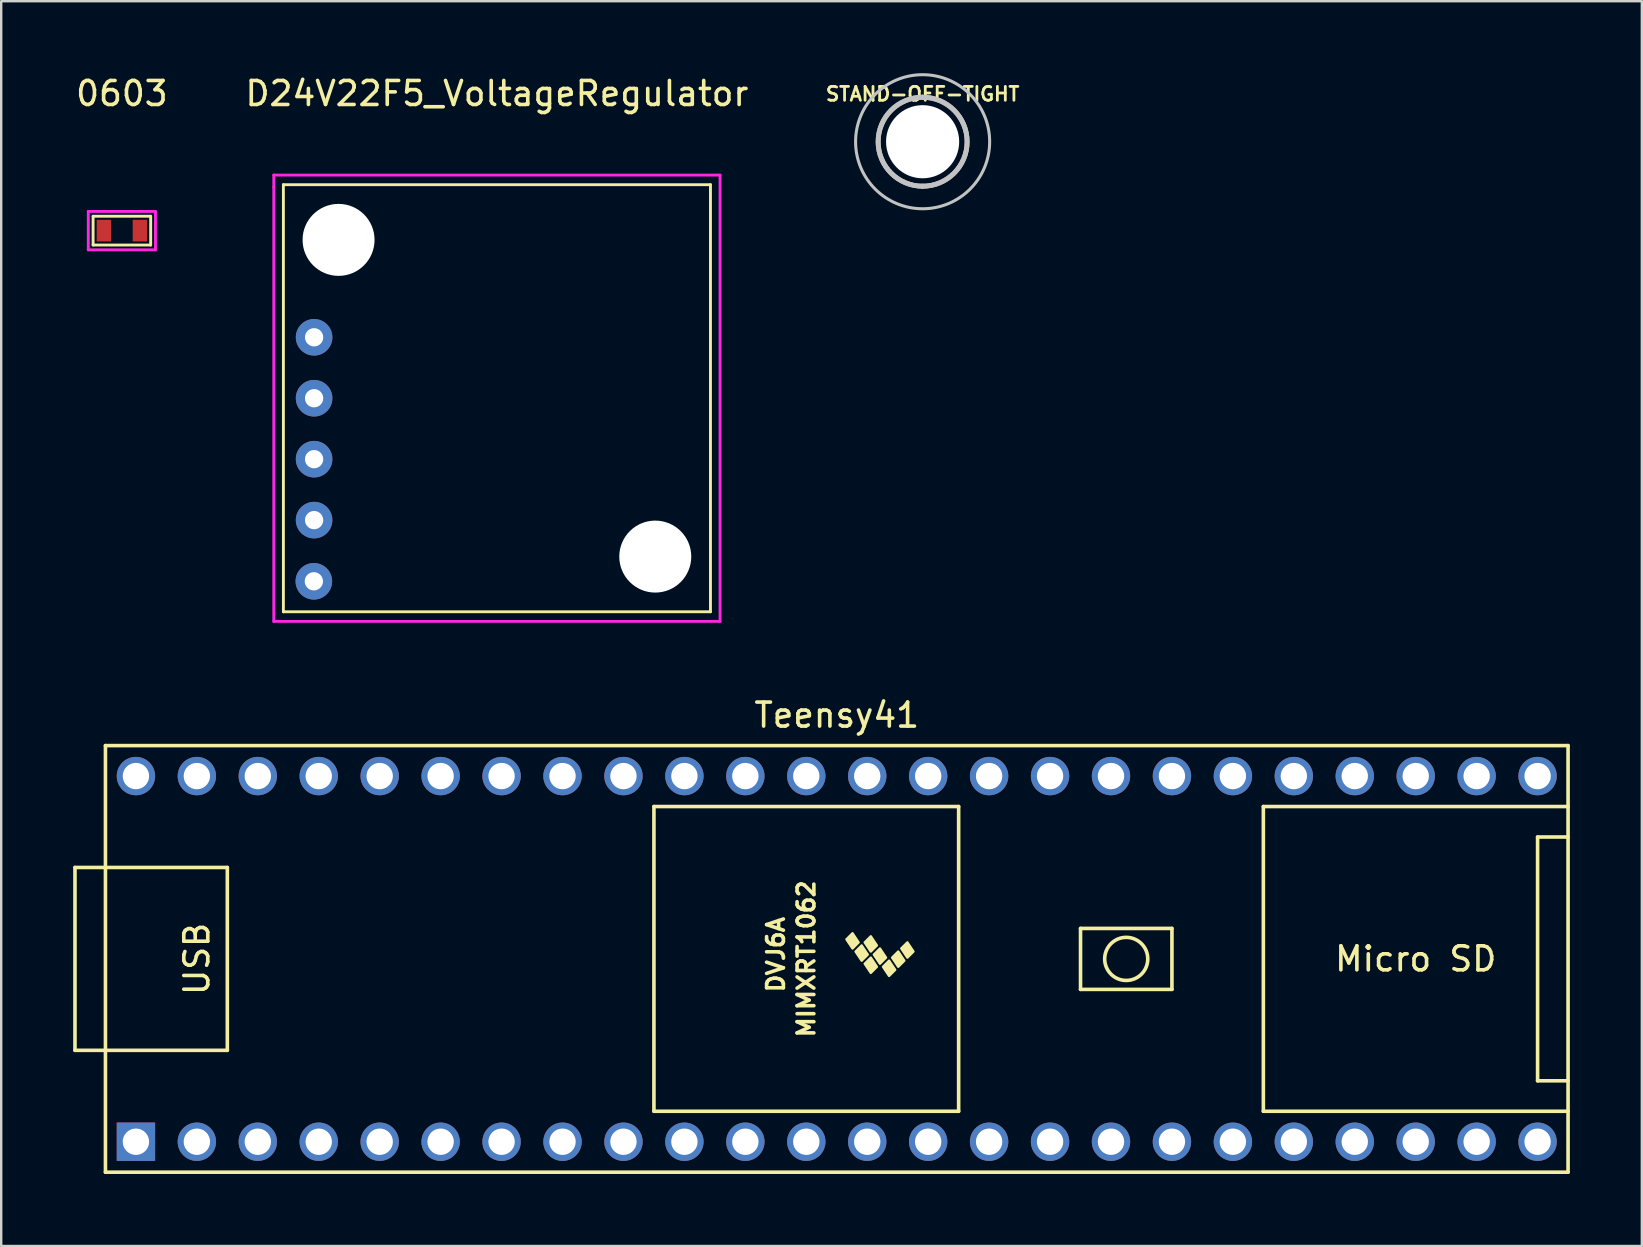
<source format=kicad_pcb>
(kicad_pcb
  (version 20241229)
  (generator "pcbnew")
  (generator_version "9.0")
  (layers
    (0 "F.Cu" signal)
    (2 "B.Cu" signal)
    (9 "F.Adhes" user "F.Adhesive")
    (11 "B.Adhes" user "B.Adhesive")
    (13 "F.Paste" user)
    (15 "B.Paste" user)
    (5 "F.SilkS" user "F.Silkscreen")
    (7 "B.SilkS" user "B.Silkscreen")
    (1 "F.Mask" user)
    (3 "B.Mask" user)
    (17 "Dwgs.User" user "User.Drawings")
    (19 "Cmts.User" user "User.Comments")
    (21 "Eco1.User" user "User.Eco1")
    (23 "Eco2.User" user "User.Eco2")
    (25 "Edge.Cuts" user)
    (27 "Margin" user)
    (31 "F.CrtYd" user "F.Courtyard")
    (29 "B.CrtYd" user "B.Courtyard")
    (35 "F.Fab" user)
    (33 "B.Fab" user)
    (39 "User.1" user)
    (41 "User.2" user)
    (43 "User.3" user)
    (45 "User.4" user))
  (footprint "D24V22F5_VoltageRegulator"
    (layer "F.Cu")
    (at 17.661 13.548)
    (property "Reference" "D24V22F5_VoltageRegulator" (at 0 -12.7 0) (layer "F.SilkS") (effects (font (size 1 1) (thickness 0.15))))
    (attr through_hole)
    (fp_line (start -8.9 8.9) (end -8.9 -8.9) (stroke (width 0.12) (type solid)) (layer "F.SilkS"))
    (fp_line (start 8.9 -8.9) (end -8.9 -8.9) (stroke (width 0.12) (type solid)) (layer "F.SilkS"))
    (fp_line (start 8.9 8.9) (end -8.9 8.9) (stroke (width 0.12) (type solid)) (layer "F.SilkS"))
    (fp_line (start 8.9 8.9) (end 8.9 -8.9) (stroke (width 0.12) (type solid)) (layer "F.SilkS"))
    (fp_line (start -9.3 -9.3) (end -9.3 -8.8) (stroke (width 0.12) (type solid)) (layer "F.CrtYd"))
    (fp_line (start -9.3 -8.8) (end -9.3 9.3) (stroke (width 0.12) (type solid)) (layer "F.CrtYd"))
    (fp_line (start -9.3 9.3) (end 9.3 9.3) (stroke (width 0.12) (type solid)) (layer "F.CrtYd"))
    (fp_line (start 9.3 -9.3) (end -9.3 -9.3) (stroke (width 0.12) (type solid)) (layer "F.CrtYd"))
    (fp_line (start 9.3 9.3) (end 9.3 -9.3) (stroke (width 0.12) (type solid)) (layer "F.CrtYd"))
    (pad "" np_thru_hole circle (at -6.6 -6.6) (size 3 3) (drill 3) (layers "*.Cu" "*.Mask"))
    (pad "" np_thru_hole circle (at 6.6 6.6) (size 3 3) (drill 3) (layers "*.Cu" "*.Mask"))
    (pad "1" thru_hole circle (at -7.62 -2.54 90) (size 1.524 1.524) (drill 0.762) (layers "*.Cu" "*.Mask"))
    (pad "2" thru_hole circle (at -7.62 0) (size 1.524 1.524) (drill 0.762) (layers "*.Cu" "*.Mask"))
    (pad "3" thru_hole circle (at -7.62 2.54) (size 1.524 1.524) (drill 0.762) (layers "*.Cu" "*.Mask"))
    (pad "4" thru_hole circle (at -7.62 5.08 90) (size 1.524 1.524) (drill 0.762) (layers "*.Cu" "*.Mask"))
    (pad "5" thru_hole circle (at -7.63 7.63) (size 1.524 1.524) (drill 0.762) (layers "*.Cu" "*.Mask")))
  (footprint "Teensy41"
    (layer "F.Cu")
    (at 31.825 36.916)
    (property "Reference" "Teensy41" (at 0 -10.16 0) (layer "F.SilkS") (effects (font (size 1 1) (thickness 0.15))))
    (attr through_hole)
    (fp_line (start -31.75 -3.81) (end -30.48 -3.81) (stroke (width 0.15) (type solid)) (layer "F.SilkS"))
    (fp_line (start -31.75 3.81) (end -31.75 -3.81) (stroke (width 0.15) (type solid)) (layer "F.SilkS"))
    (fp_line (start -30.48 -8.89) (end 30.48 -8.89) (stroke (width 0.15) (type solid)) (layer "F.SilkS"))
    (fp_line (start -30.48 3.81) (end -31.75 3.81) (stroke (width 0.15) (type solid)) (layer "F.SilkS"))
    (fp_line (start -30.48 8.89) (end -30.48 -8.89) (stroke (width 0.15) (type solid)) (layer "F.SilkS"))
    (fp_line (start -25.4 -3.81) (end -30.48 -3.81) (stroke (width 0.15) (type solid)) (layer "F.SilkS"))
    (fp_line (start -25.4 3.81) (end -30.48 3.81) (stroke (width 0.15) (type solid)) (layer "F.SilkS"))
    (fp_line (start -25.4 3.81) (end -25.4 -3.81) (stroke (width 0.15) (type solid)) (layer "F.SilkS"))
    (fp_line (start -7.62 -6.35) (end -7.62 6.35) (stroke (width 0.15) (type solid)) (layer "F.SilkS"))
    (fp_line (start -7.62 6.35) (end 5.08 6.35) (stroke (width 0.15) (type solid)) (layer "F.SilkS"))
    (fp_line (start 5.08 -6.35) (end -7.62 -6.35) (stroke (width 0.15) (type solid)) (layer "F.SilkS"))
    (fp_line (start 5.08 6.35) (end 5.08 -6.35) (stroke (width 0.15) (type solid)) (layer "F.SilkS"))
    (fp_line (start 10.16 -1.27) (end 13.97 -1.27) (stroke (width 0.15) (type solid)) (layer "F.SilkS"))
    (fp_line (start 10.16 1.27) (end 10.16 -1.27) (stroke (width 0.15) (type solid)) (layer "F.SilkS"))
    (fp_line (start 13.97 -1.27) (end 13.97 1.27) (stroke (width 0.15) (type solid)) (layer "F.SilkS"))
    (fp_line (start 13.97 1.27) (end 10.16 1.27) (stroke (width 0.15) (type solid)) (layer "F.SilkS"))
    (fp_line (start 17.78 -6.35) (end 17.78 6.35) (stroke (width 0.15) (type solid)) (layer "F.SilkS"))
    (fp_line (start 17.78 6.35) (end 30.48 6.35) (stroke (width 0.15) (type solid)) (layer "F.SilkS"))
    (fp_line (start 29.21 -5.08) (end 29.21 5.08) (stroke (width 0.15) (type solid)) (layer "F.SilkS"))
    (fp_line (start 29.21 5.08) (end 30.48 5.08) (stroke (width 0.15) (type solid)) (layer "F.SilkS"))
    (fp_line (start 30.48 -8.89) (end 30.48 8.89) (stroke (width 0.15) (type solid)) (layer "F.SilkS"))
    (fp_line (start 30.48 -6.35) (end 17.78 -6.35) (stroke (width 0.15) (type solid)) (layer "F.SilkS"))
    (fp_line (start 30.48 -5.08) (end 29.21 -5.08) (stroke (width 0.15) (type solid)) (layer "F.SilkS"))
    (fp_line (start 30.48 8.89) (end -30.48 8.89) (stroke (width 0.15) (type solid)) (layer "F.SilkS"))
    (fp_circle (center 12.065 0) (end 12.7 -0.635) (stroke (width 0.15) (type solid)) (fill no) (layer "F.SilkS"))
    (fp_poly (pts (xy 0.911 -0.688) (xy 0.657 -0.434) (xy 0.403 -0.815) (xy 0.657 -1.069)) (stroke (width 0.1) (type solid)) (fill yes) (layer "F.SilkS"))
    (fp_poly (pts (xy 1.292 -0.18) (xy 1.038 0.074) (xy 0.784 -0.307) (xy 1.038 -0.561)) (stroke (width 0.1) (type solid)) (fill yes) (layer "F.SilkS"))
    (fp_poly (pts (xy 1.673 -0.561) (xy 1.419 -0.307) (xy 1.165 -0.688) (xy 1.419 -0.942)) (stroke (width 0.1) (type solid)) (fill yes) (layer "F.SilkS"))
    (fp_poly (pts (xy 1.673 0.328) (xy 1.419 0.582) (xy 1.165 0.201) (xy 1.419 -0.053)) (stroke (width 0.1) (type solid)) (fill yes) (layer "F.SilkS"))
    (fp_poly (pts (xy 2.054 -0.053) (xy 1.8 0.201) (xy 1.546 -0.18) (xy 1.8 -0.434)) (stroke (width 0.1) (type solid)) (fill yes) (layer "F.SilkS"))
    (fp_poly (pts (xy 2.435 0.455) (xy 2.181 0.709) (xy 1.927 0.328) (xy 2.181 0.074)) (stroke (width 0.1) (type solid)) (fill yes) (layer "F.SilkS"))
    (fp_poly (pts (xy 2.816 0.074) (xy 2.562 0.328) (xy 2.308 -0.053) (xy 2.562 -0.307)) (stroke (width 0.1) (type solid)) (fill yes) (layer "F.SilkS"))
    (fp_poly (pts (xy 3.197 -0.307) (xy 2.943 -0.053) (xy 2.689 -0.434) (xy 2.943 -0.688)) (stroke (width 0.1) (type solid)) (fill yes) (layer "F.SilkS"))
    (fp_text user "Micro SD" (at 24.13 0 0) (layer "F.SilkS") (effects (font (size 1 1) (thickness 0.15))))
    (fp_text user "DVJ6A" (at -2.54 -0.18 270) (layer "F.SilkS") (effects (font (size 0.7 0.7) (thickness 0.15))))
    (fp_text user "MIMXRT1062" (at -1.27 0 270) (layer "F.SilkS") (effects (font (size 0.7 0.7) (thickness 0.15))))
    (fp_text user "USB" (at -26.67 0 270) (layer "F.SilkS") (effects (font (size 1 1) (thickness 0.15))))
    (pad "1" thru_hole rect (at -29.21 7.62) (size 1.6 1.6) (drill 1.1) (layers "*.Cu" "*.Mask"))
    (pad "2" thru_hole circle (at -26.67 7.62) (size 1.6 1.6) (drill 1.1) (layers "*.Cu" "*.Mask"))
    (pad "3" thru_hole circle (at -24.13 7.62) (size 1.6 1.6) (drill 1.1) (layers "*.Cu" "*.Mask"))
    (pad "4" thru_hole circle (at -21.59 7.62) (size 1.6 1.6) (drill 1.1) (layers "*.Cu" "*.Mask"))
    (pad "5" thru_hole circle (at -19.05 7.62) (size 1.6 1.6) (drill 1.1) (layers "*.Cu" "*.Mask"))
    (pad "6" thru_hole circle (at -16.51 7.62) (size 1.6 1.6) (drill 1.1) (layers "*.Cu" "*.Mask"))
    (pad "7" thru_hole circle (at -13.97 7.62) (size 1.6 1.6) (drill 1.1) (layers "*.Cu" "*.Mask"))
    (pad "8" thru_hole circle (at -11.43 7.62) (size 1.6 1.6) (drill 1.1) (layers "*.Cu" "*.Mask"))
    (pad "9" thru_hole circle (at -8.89 7.62) (size 1.6 1.6) (drill 1.1) (layers "*.Cu" "*.Mask"))
    (pad "10" thru_hole circle (at -6.35 7.62) (size 1.6 1.6) (drill 1.1) (layers "*.Cu" "*.Mask"))
    (pad "11" thru_hole circle (at -3.81 7.62) (size 1.6 1.6) (drill 1.1) (layers "*.Cu" "*.Mask"))
    (pad "12" thru_hole circle (at -1.27 7.62) (size 1.6 1.6) (drill 1.1) (layers "*.Cu" "*.Mask"))
    (pad "13" thru_hole circle (at 1.27 7.62) (size 1.6 1.6) (drill 1.1) (layers "*.Cu" "*.Mask"))
    (pad "14" thru_hole circle (at 3.81 7.62) (size 1.6 1.6) (drill 1.1) (layers "*.Cu" "*.Mask"))
    (pad "15" thru_hole circle (at 6.35 7.62) (size 1.6 1.6) (drill 1.1) (layers "*.Cu" "*.Mask"))
    (pad "16" thru_hole circle (at 8.89 7.62) (size 1.6 1.6) (drill 1.1) (layers "*.Cu" "*.Mask"))
    (pad "17" thru_hole circle (at 11.43 7.62) (size 1.6 1.6) (drill 1.1) (layers "*.Cu" "*.Mask"))
    (pad "18" thru_hole circle (at 13.97 7.62) (size 1.6 1.6) (drill 1.1) (layers "*.Cu" "*.Mask"))
    (pad "19" thru_hole circle (at 16.51 7.62) (size 1.6 1.6) (drill 1.1) (layers "*.Cu" "*.Mask"))
    (pad "20" thru_hole circle (at 19.05 7.62) (size 1.6 1.6) (drill 1.1) (layers "*.Cu" "*.Mask"))
    (pad "21" thru_hole circle (at 21.59 7.62) (size 1.6 1.6) (drill 1.1) (layers "*.Cu" "*.Mask"))
    (pad "22" thru_hole circle (at 24.13 7.62) (size 1.6 1.6) (drill 1.1) (layers "*.Cu" "*.Mask"))
    (pad "23" thru_hole circle (at 26.67 7.62) (size 1.6 1.6) (drill 1.1) (layers "*.Cu" "*.Mask"))
    (pad "24" thru_hole circle (at 29.21 7.62) (size 1.6 1.6) (drill 1.1) (layers "*.Cu" "*.Mask"))
    (pad "25" thru_hole circle (at 29.21 -7.62) (size 1.6 1.6) (drill 1.1) (layers "*.Cu" "*.Mask"))
    (pad "26" thru_hole circle (at 26.67 -7.62) (size 1.6 1.6) (drill 1.1) (layers "*.Cu" "*.Mask"))
    (pad "27" thru_hole circle (at 24.13 -7.62) (size 1.6 1.6) (drill 1.1) (layers "*.Cu" "*.Mask"))
    (pad "28" thru_hole circle (at 21.59 -7.62) (size 1.6 1.6) (drill 1.1) (layers "*.Cu" "*.Mask"))
    (pad "29" thru_hole circle (at 19.05 -7.62) (size 1.6 1.6) (drill 1.1) (layers "*.Cu" "*.Mask"))
    (pad "30" thru_hole circle (at 16.51 -7.62) (size 1.6 1.6) (drill 1.1) (layers "*.Cu" "*.Mask"))
    (pad "31" thru_hole circle (at 13.97 -7.62) (size 1.6 1.6) (drill 1.1) (layers "*.Cu" "*.Mask"))
    (pad "32" thru_hole circle (at 11.43 -7.62) (size 1.6 1.6) (drill 1.1) (layers "*.Cu" "*.Mask"))
    (pad "33" thru_hole circle (at 8.89 -7.62) (size 1.6 1.6) (drill 1.1) (layers "*.Cu" "*.Mask"))
    (pad "34" thru_hole circle (at 6.35 -7.62) (size 1.6 1.6) (drill 1.1) (layers "*.Cu" "*.Mask"))
    (pad "35" thru_hole circle (at 3.81 -7.62) (size 1.6 1.6) (drill 1.1) (layers "*.Cu" "*.Mask"))
    (pad "36" thru_hole circle (at 1.27 -7.62) (size 1.6 1.6) (drill 1.1) (layers "*.Cu" "*.Mask"))
    (pad "37" thru_hole circle (at -1.27 -7.62) (size 1.6 1.6) (drill 1.1) (layers "*.Cu" "*.Mask"))
    (pad "38" thru_hole circle (at -3.81 -7.62) (size 1.6 1.6) (drill 1.1) (layers "*.Cu" "*.Mask"))
    (pad "39" thru_hole circle (at -6.35 -7.62) (size 1.6 1.6) (drill 1.1) (layers "*.Cu" "*.Mask"))
    (pad "40" thru_hole circle (at -8.89 -7.62) (size 1.6 1.6) (drill 1.1) (layers "*.Cu" "*.Mask"))
    (pad "41" thru_hole circle (at -11.43 -7.62) (size 1.6 1.6) (drill 1.1) (layers "*.Cu" "*.Mask"))
    (pad "42" thru_hole circle (at -13.97 -7.62) (size 1.6 1.6) (drill 1.1) (layers "*.Cu" "*.Mask"))
    (pad "43" thru_hole circle (at -16.51 -7.62) (size 1.6 1.6) (drill 1.1) (layers "*.Cu" "*.Mask"))
    (pad "44" thru_hole circle (at -19.05 -7.62) (size 1.6 1.6) (drill 1.1) (layers "*.Cu" "*.Mask"))
    (pad "45" thru_hole circle (at -21.59 -7.62) (size 1.6 1.6) (drill 1.1) (layers "*.Cu" "*.Mask"))
    (pad "46" thru_hole circle (at -24.13 -7.62) (size 1.6 1.6) (drill 1.1) (layers "*.Cu" "*.Mask"))
    (pad "47" thru_hole circle (at -26.67 -7.62) (size 1.6 1.6) (drill 1.1) (layers "*.Cu" "*.Mask"))
    (pad "48" thru_hole circle (at -29.21 -7.62) (size 1.6 1.6) (drill 1.1) (layers "*.Cu" "*.Mask")))
  (footprint "0603"
    (layer "F.Cu")
    (at 2.03 6.563)
    (property "Reference" "0603" (at 0 -5.715 0) (layer "F.SilkS") (effects (font (size 1 1) (thickness 0.15))))
    (attr through_hole)
    (fp_line (start -1.2 -0.6) (end -1.2 0.6) (stroke (width 0.12) (type solid)) (layer "F.SilkS"))
    (fp_line (start -1.2 0.6) (end 1.2 0.6) (stroke (width 0.12) (type solid)) (layer "F.SilkS"))
    (fp_line (start 1.2 -0.6) (end -1.2 -0.6) (stroke (width 0.12) (type solid)) (layer "F.SilkS"))
    (fp_line (start 1.2 0.6) (end 1.2 -0.6) (stroke (width 0.12) (type solid)) (layer "F.SilkS"))
    (fp_line (start -1.4 -0.8) (end 1.4 -0.8) (stroke (width 0.12) (type solid)) (layer "F.CrtYd"))
    (fp_line (start -1.4 0.8) (end -1.4 -0.8) (stroke (width 0.12) (type solid)) (layer "F.CrtYd"))
    (fp_line (start 1.4 -0.8) (end 1.4 0.8) (stroke (width 0.12) (type solid)) (layer "F.CrtYd"))
    (fp_line (start 1.4 0.8) (end -1.4 0.8) (stroke (width 0.12) (type solid)) (layer "F.CrtYd"))
    (pad "1" smd rect (at -0.75 0) (size 0.6 0.9) (layers "F.Cu" "F.Mask" "F.Paste"))
    (pad "2" smd rect (at 0.75 0) (size 0.6 0.9) (layers "F.Cu" "F.Mask" "F.Paste")))
  (footprint "STAND-OFF-TIGHT"
    (layer "F.Cu")
    (at 35.404 2.857)
    (property "Reference" "STAND-OFF-TIGHT" (at 0 -1.651 0) (layer "F.SilkS") (effects (font (size 0.579 0.579) (thickness 0.116)) (justify bottom)))
    (attr through_hole)
    (fp_arc (start 0 -1.8542) (mid 1.8542 0) (end 0 1.8542) (stroke (width 0.2032) (type solid)) (layer "Dwgs.User"))
    (fp_arc (start 0 -1.8542) (mid 1.8542 0) (end 0 1.8542) (stroke (width 0.2032) (type solid)) (layer "Dwgs.User"))
    (fp_arc (start 0 1.8542) (mid -1.8542 0) (end 0 -1.8542) (stroke (width 0.2032) (type solid)) (layer "Dwgs.User"))
    (fp_arc (start 0 1.8542) (mid -1.8542 0) (end 0 -1.8542) (stroke (width 0.2032) (type solid)) (layer "Dwgs.User"))
    (fp_circle (center 0 0) (end 2.794 0) (stroke (width 0.127) (type solid)) (fill no) (layer "Dwgs.User"))
    (pad "" np_thru_hole circle (at 0 0) (size 3.048 3.048) (drill 3.048) (layers "*.Cu" "*.Mask")))
  (gr_rect
    (start -3 -3)
    (end 65.38 48.882)
    (stroke (width 0.1) (type default))
    (fill no)
    (layer "Edge.Cuts")))
</source>
